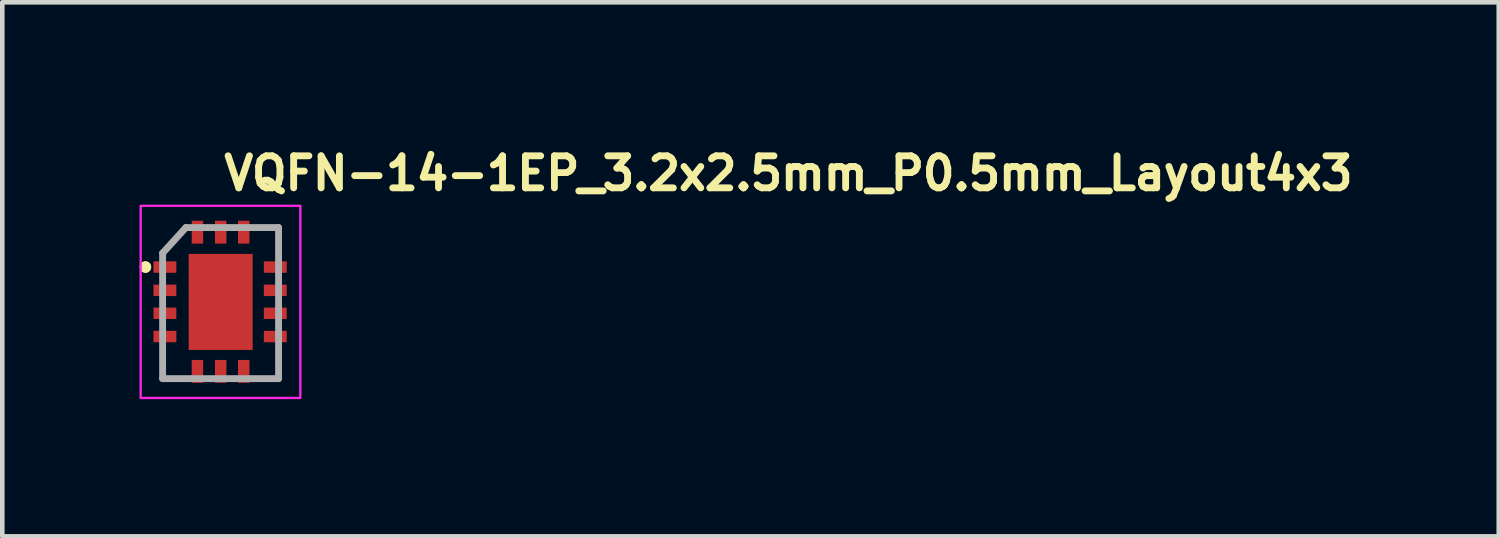
<source format=kicad_pcb>
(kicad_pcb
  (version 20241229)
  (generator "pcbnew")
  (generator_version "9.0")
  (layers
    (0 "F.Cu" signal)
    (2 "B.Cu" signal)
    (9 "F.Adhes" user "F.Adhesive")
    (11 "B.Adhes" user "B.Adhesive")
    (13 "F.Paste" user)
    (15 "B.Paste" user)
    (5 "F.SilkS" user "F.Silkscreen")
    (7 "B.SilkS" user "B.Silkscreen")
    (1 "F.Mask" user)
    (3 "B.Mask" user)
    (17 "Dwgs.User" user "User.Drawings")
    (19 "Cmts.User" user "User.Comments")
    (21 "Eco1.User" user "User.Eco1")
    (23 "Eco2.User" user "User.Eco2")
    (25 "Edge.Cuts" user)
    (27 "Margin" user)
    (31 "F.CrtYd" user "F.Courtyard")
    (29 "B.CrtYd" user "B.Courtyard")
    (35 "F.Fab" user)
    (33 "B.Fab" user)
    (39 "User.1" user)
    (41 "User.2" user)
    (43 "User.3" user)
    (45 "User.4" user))
  (footprint "VQFN-14-1EP_3.2x2.5mm_P0.5mm_Layout4x3"
    (layer "F.Cu")
    (at 1.771 3.55)
    (property "Reference" "VQFN-14-1EP_3.2x2.5mm_P0.5mm_Layout4x3" (at 0 -2.4 0) (unlocked yes) (layer "F.SilkS") (effects (font (size 0.7 0.7) (thickness 0.15)) (justify left bottom)))
    (attr smd)
    (fp_circle (center -1.641 -0.762) (end -1.591 -0.762) (stroke (width 0.15) (type solid)) (fill yes) (layer "F.SilkS"))
    (fp_circle (center -1.641 -0.762) (end -1.591 -0.762) (stroke (width 0.15) (type solid)) (fill yes) (layer "F.SilkS"))
    (fp_rect (start -1.746 -2.101) (end 1.745 2.1) (stroke (width 0.05) (type solid)) (fill no) (layer "F.CrtYd"))
    (fp_line (start -1.266 -1.067) (end -0.758 -1.625) (stroke (width 0.15) (type solid)) (layer "F.Fab"))
    (fp_line (start -1.266 1.677) (end -1.266 -1.067) (stroke (width 0.15) (type solid)) (layer "F.Fab"))
    (fp_line (start -1.266 1.677) (end 1.269 1.677) (stroke (width 0.15) (type solid)) (layer "F.Fab"))
    (fp_line (start 1.269 -1.625) (end -0.758 -1.625) (stroke (width 0.15) (type solid)) (layer "F.Fab"))
    (fp_line (start 1.269 1.677) (end 1.269 -1.625) (stroke (width 0.15) (type solid)) (layer "F.Fab"))
    (fp_rect (start -1.246 -1.601) (end 1.245 1.6) (stroke (width 0.1) (type solid)) (fill no) (layer "User.5"))
    (fp_line (start -1.246 -1.601) (end -1.246 1.6) (stroke (width 0.02) (type solid)) (layer "User.9"))
    (fp_line (start -1.246 1.6) (end 1.245 1.6) (stroke (width 0.02) (type solid)) (layer "User.9"))
    (fp_line (start -1.077 -0.776) (end -1.077 -0.772) (stroke (width 0.02) (type solid)) (layer "User.9"))
    (fp_line (start -1.077 -0.772) (end -1.077 -0.767) (stroke (width 0.02) (type solid)) (layer "User.9"))
    (fp_line (start -1.077 -0.767) (end -1.077 -0.762) (stroke (width 0.02) (type solid)) (layer "User.9"))
    (fp_line (start -1.077 -0.762) (end -1.077 -0.762) (stroke (width 0.02) (type solid)) (layer "User.9"))
    (fp_line (start -1.077 -0.762) (end -1.077 -0.758) (stroke (width 0.02) (type solid)) (layer "User.9"))
    (fp_line (start -1.077 -0.758) (end -1.077 -0.754) (stroke (width 0.02) (type solid)) (layer "User.9"))
    (fp_line (start -1.077 -0.754) (end -1.077 -0.75) (stroke (width 0.02) (type solid)) (layer "User.9"))
    (fp_line (start -1.077 -0.75) (end -1.075 -0.746) (stroke (width 0.02) (type solid)) (layer "User.9"))
    (fp_line (start -1.075 -0.783) (end -1.075 -0.78) (stroke (width 0.02) (type solid)) (layer "User.9"))
    (fp_line (start -1.075 -0.78) (end -1.077 -0.776) (stroke (width 0.02) (type solid)) (layer "User.9"))
    (fp_line (start -1.075 -0.746) (end -1.075 -0.743) (stroke (width 0.02) (type solid)) (layer "User.9"))
    (fp_line (start -1.075 -0.743) (end -1.073 -0.739) (stroke (width 0.02) (type solid)) (layer "User.9"))
    (fp_line (start -1.073 -0.791) (end -1.073 -0.787) (stroke (width 0.02) (type solid)) (layer "User.9"))
    (fp_line (start -1.073 -0.787) (end -1.075 -0.783) (stroke (width 0.02) (type solid)) (layer "User.9"))
    (fp_line (start -1.073 -0.739) (end -1.073 -0.735) (stroke (width 0.02) (type solid)) (layer "User.9"))
    (fp_line (start -1.073 -0.735) (end -1.071 -0.731) (stroke (width 0.02) (type solid)) (layer "User.9"))
    (fp_line (start -1.071 -0.795) (end -1.073 -0.791) (stroke (width 0.02) (type solid)) (layer "User.9"))
    (fp_line (start -1.071 -0.731) (end -1.069 -0.728) (stroke (width 0.02) (type solid)) (layer "User.9"))
    (fp_line (start -1.069 -0.798) (end -1.071 -0.795) (stroke (width 0.02) (type solid)) (layer "User.9"))
    (fp_line (start -1.069 -0.728) (end -1.067 -0.724) (stroke (width 0.02) (type solid)) (layer "User.9"))
    (fp_line (start -1.067 -0.802) (end -1.069 -0.798) (stroke (width 0.02) (type solid)) (layer "User.9"))
    (fp_line (start -1.067 -0.724) (end -1.065 -0.721) (stroke (width 0.02) (type solid)) (layer "User.9"))
    (fp_line (start -1.065 -0.805) (end -1.067 -0.802) (stroke (width 0.02) (type solid)) (layer "User.9"))
    (fp_line (start -1.065 -0.721) (end -1.063 -0.718) (stroke (width 0.02) (type solid)) (layer "User.9"))
    (fp_line (start -1.063 -0.808) (end -1.065 -0.805) (stroke (width 0.02) (type solid)) (layer "User.9"))
    (fp_line (start -1.063 -0.718) (end -1.061 -0.715) (stroke (width 0.02) (type solid)) (layer "User.9"))
    (fp_line (start -1.061 -0.811) (end -1.063 -0.808) (stroke (width 0.02) (type solid)) (layer "User.9"))
    (fp_line (start -1.061 -0.715) (end -1.059 -0.712) (stroke (width 0.02) (type solid)) (layer "User.9"))
    (fp_line (start -1.059 -0.814) (end -1.061 -0.811) (stroke (width 0.02) (type solid)) (layer "User.9"))
    (fp_line (start -1.059 -0.712) (end -1.057 -0.709) (stroke (width 0.02) (type solid)) (layer "User.9"))
    (fp_line (start -1.057 -0.817) (end -1.059 -0.814) (stroke (width 0.02) (type solid)) (layer "User.9"))
    (fp_line (start -1.057 -0.709) (end -1.053 -0.706) (stroke (width 0.02) (type solid)) (layer "User.9"))
    (fp_line (start -1.053 -0.82) (end -1.057 -0.817) (stroke (width 0.02) (type solid)) (layer "User.9"))
    (fp_line (start -1.053 -0.706) (end -1.051 -0.704) (stroke (width 0.02) (type solid)) (layer "User.9"))
    (fp_line (start -1.051 -0.823) (end -1.053 -0.82) (stroke (width 0.02) (type solid)) (layer "User.9"))
    (fp_line (start -1.051 -0.704) (end -1.047 -0.702) (stroke (width 0.02) (type solid)) (layer "User.9"))
    (fp_line (start -1.047 -0.825) (end -1.051 -0.823) (stroke (width 0.02) (type solid)) (layer "User.9"))
    (fp_line (start -1.047 -0.702) (end -1.045 -0.699) (stroke (width 0.02) (type solid)) (layer "User.9"))
    (fp_line (start -1.045 -0.828) (end -1.047 -0.825) (stroke (width 0.02) (type solid)) (layer "User.9"))
    (fp_line (start -1.045 -0.699) (end -1.041 -0.697) (stroke (width 0.02) (type solid)) (layer "User.9"))
    (fp_line (start -1.041 -0.83) (end -1.045 -0.828) (stroke (width 0.02) (type solid)) (layer "User.9"))
    (fp_line (start -1.041 -0.697) (end -1.039 -0.695) (stroke (width 0.02) (type solid)) (layer "User.9"))
    (fp_line (start -1.039 -0.832) (end -1.041 -0.83) (stroke (width 0.02) (type solid)) (layer "User.9"))
    (fp_line (start -1.039 -0.695) (end -1.035 -0.693) (stroke (width 0.02) (type solid)) (layer "User.9"))
    (fp_line (start -1.035 -0.833) (end -1.039 -0.832) (stroke (width 0.02) (type solid)) (layer "User.9"))
    (fp_line (start -1.035 -0.693) (end -1.031 -0.691) (stroke (width 0.02) (type solid)) (layer "User.9"))
    (fp_line (start -1.031 -0.835) (end -1.035 -0.833) (stroke (width 0.02) (type solid)) (layer "User.9"))
    (fp_line (start -1.031 -0.691) (end -1.029 -0.69) (stroke (width 0.02) (type solid)) (layer "User.9"))
    (fp_line (start -1.029 -0.836) (end -1.031 -0.835) (stroke (width 0.02) (type solid)) (layer "User.9"))
    (fp_line (start -1.029 -0.69) (end -1.024 -0.688) (stroke (width 0.02) (type solid)) (layer "User.9"))
    (fp_line (start -1.024 -0.838) (end -1.029 -0.836) (stroke (width 0.02) (type solid)) (layer "User.9"))
    (fp_line (start -1.024 -0.688) (end -1.02 -0.687) (stroke (width 0.02) (type solid)) (layer "User.9"))
    (fp_line (start -1.02 -0.839) (end -1.024 -0.838) (stroke (width 0.02) (type solid)) (layer "User.9"))
    (fp_line (start -1.02 -0.687) (end -1.016 -0.686) (stroke (width 0.02) (type solid)) (layer "User.9"))
    (fp_line (start -1.016 -0.84) (end -1.02 -0.839) (stroke (width 0.02) (type solid)) (layer "User.9"))
    (fp_line (start -1.016 -0.686) (end -1.014 -0.685) (stroke (width 0.02) (type solid)) (layer "User.9"))
    (fp_line (start -1.014 -0.841) (end -1.016 -0.84) (stroke (width 0.02) (type solid)) (layer "User.9"))
    (fp_line (start -1.014 -0.685) (end -1.01 -0.684) (stroke (width 0.02) (type solid)) (layer "User.9"))
    (fp_line (start -1.01 -0.842) (end -1.014 -0.841) (stroke (width 0.02) (type solid)) (layer "User.9"))
    (fp_line (start -1.01 -0.684) (end -1.006 -0.684) (stroke (width 0.02) (type solid)) (layer "User.9"))
    (fp_line (start -1.006 -0.842) (end -1.01 -0.842) (stroke (width 0.02) (type solid)) (layer "User.9"))
    (fp_line (start -1.006 -0.684) (end -1.002 -0.684) (stroke (width 0.02) (type solid)) (layer "User.9"))
    (fp_line (start -1.002 -0.842) (end -1.006 -0.842) (stroke (width 0.02) (type solid)) (layer "User.9"))
    (fp_line (start -1.002 -0.684) (end -0.996 -0.683) (stroke (width 0.02) (type solid)) (layer "User.9"))
    (fp_line (start -0.996 -0.843) (end -1.002 -0.842) (stroke (width 0.02) (type solid)) (layer "User.9"))
    (fp_line (start -0.996 -0.843) (end -0.996 -0.843) (stroke (width 0.02) (type solid)) (layer "User.9"))
    (fp_line (start -0.996 -0.683) (end -0.996 -0.683) (stroke (width 0.02) (type solid)) (layer "User.9"))
    (fp_line (start -0.996 -0.683) (end -0.992 -0.684) (stroke (width 0.02) (type solid)) (layer "User.9"))
    (fp_line (start -0.992 -0.842) (end -0.996 -0.843) (stroke (width 0.02) (type solid)) (layer "User.9"))
    (fp_line (start -0.992 -0.684) (end -0.988 -0.684) (stroke (width 0.02) (type solid)) (layer "User.9"))
    (fp_line (start -0.988 -0.842) (end -0.992 -0.842) (stroke (width 0.02) (type solid)) (layer "User.9"))
    (fp_line (start -0.988 -0.684) (end -0.984 -0.684) (stroke (width 0.02) (type solid)) (layer "User.9"))
    (fp_line (start -0.984 -0.842) (end -0.988 -0.842) (stroke (width 0.02) (type solid)) (layer "User.9"))
    (fp_line (start -0.984 -0.684) (end -0.98 -0.685) (stroke (width 0.02) (type solid)) (layer "User.9"))
    (fp_line (start -0.98 -0.841) (end -0.984 -0.842) (stroke (width 0.02) (type solid)) (layer "User.9"))
    (fp_line (start -0.98 -0.685) (end -0.977 -0.686) (stroke (width 0.02) (type solid)) (layer "User.9"))
    (fp_line (start -0.977 -0.84) (end -0.98 -0.841) (stroke (width 0.02) (type solid)) (layer "User.9"))
    (fp_line (start -0.977 -0.686) (end -0.973 -0.687) (stroke (width 0.02) (type solid)) (layer "User.9"))
    (fp_line (start -0.973 -0.839) (end -0.977 -0.84) (stroke (width 0.02) (type solid)) (layer "User.9"))
    (fp_line (start -0.973 -0.687) (end -0.969 -0.688) (stroke (width 0.02) (type solid)) (layer "User.9"))
    (fp_line (start -0.969 -0.838) (end -0.973 -0.839) (stroke (width 0.02) (type solid)) (layer "User.9"))
    (fp_line (start -0.969 -0.688) (end -0.965 -0.69) (stroke (width 0.02) (type solid)) (layer "User.9"))
    (fp_line (start -0.965 -0.836) (end -0.969 -0.838) (stroke (width 0.02) (type solid)) (layer "User.9"))
    (fp_line (start -0.965 -0.69) (end -0.962 -0.691) (stroke (width 0.02) (type solid)) (layer "User.9"))
    (fp_line (start -0.962 -0.835) (end -0.965 -0.836) (stroke (width 0.02) (type solid)) (layer "User.9"))
    (fp_line (start -0.962 -0.691) (end -0.959 -0.693) (stroke (width 0.02) (type solid)) (layer "User.9"))
    (fp_line (start -0.959 -0.833) (end -0.962 -0.835) (stroke (width 0.02) (type solid)) (layer "User.9"))
    (fp_line (start -0.959 -0.693) (end -0.956 -0.695) (stroke (width 0.02) (type solid)) (layer "User.9"))
    (fp_line (start -0.956 -0.832) (end -0.959 -0.833) (stroke (width 0.02) (type solid)) (layer "User.9"))
    (fp_line (start -0.956 -0.695) (end -0.953 -0.697) (stroke (width 0.02) (type solid)) (layer "User.9"))
    (fp_line (start -0.953 -0.83) (end -0.956 -0.832) (stroke (width 0.02) (type solid)) (layer "User.9"))
    (fp_line (start -0.953 -0.697) (end -0.95 -0.699) (stroke (width 0.02) (type solid)) (layer "User.9"))
    (fp_line (start -0.95 -0.828) (end -0.953 -0.83) (stroke (width 0.02) (type solid)) (layer "User.9"))
    (fp_line (start -0.95 -0.699) (end -0.947 -0.702) (stroke (width 0.02) (type solid)) (layer "User.9"))
    (fp_line (start -0.947 -0.825) (end -0.95 -0.828) (stroke (width 0.02) (type solid)) (layer "User.9"))
    (fp_line (start -0.947 -0.702) (end -0.944 -0.704) (stroke (width 0.02) (type solid)) (layer "User.9"))
    (fp_line (start -0.944 -0.823) (end -0.947 -0.825) (stroke (width 0.02) (type solid)) (layer "User.9"))
    (fp_line (start -0.944 -0.704) (end -0.941 -0.706) (stroke (width 0.02) (type solid)) (layer "User.9"))
    (fp_line (start -0.941 -0.82) (end -0.944 -0.823) (stroke (width 0.02) (type solid)) (layer "User.9"))
    (fp_line (start -0.941 -0.706) (end -0.938 -0.709) (stroke (width 0.02) (type solid)) (layer "User.9"))
    (fp_line (start -0.938 -0.817) (end -0.941 -0.82) (stroke (width 0.02) (type solid)) (layer "User.9"))
    (fp_line (start -0.938 -0.709) (end -0.936 -0.712) (stroke (width 0.02) (type solid)) (layer "User.9"))
    (fp_line (start -0.936 -0.814) (end -0.938 -0.817) (stroke (width 0.02) (type solid)) (layer "User.9"))
    (fp_line (start -0.936 -0.712) (end -0.933 -0.715) (stroke (width 0.02) (type solid)) (layer "User.9"))
    (fp_line (start -0.933 -0.811) (end -0.936 -0.814) (stroke (width 0.02) (type solid)) (layer "User.9"))
    (fp_line (start -0.933 -0.715) (end -0.931 -0.718) (stroke (width 0.02) (type solid)) (layer "User.9"))
    (fp_line (start -0.931 -0.808) (end -0.933 -0.811) (stroke (width 0.02) (type solid)) (layer "User.9"))
    (fp_line (start -0.931 -0.718) (end -0.929 -0.721) (stroke (width 0.02) (type solid)) (layer "User.9"))
    (fp_line (start -0.929 -0.805) (end -0.931 -0.808) (stroke (width 0.02) (type solid)) (layer "User.9"))
    (fp_line (start -0.929 -0.721) (end -0.927 -0.724) (stroke (width 0.02) (type solid)) (layer "User.9"))
    (fp_line (start -0.927 -0.802) (end -0.929 -0.805) (stroke (width 0.02) (type solid)) (layer "User.9"))
    (fp_line (start -0.927 -0.724) (end -0.925 -0.728) (stroke (width 0.02) (type solid)) (layer "User.9"))
    (fp_line (start -0.925 -0.798) (end -0.927 -0.802) (stroke (width 0.02) (type solid)) (layer "User.9"))
    (fp_line (start -0.925 -0.728) (end -0.924 -0.731) (stroke (width 0.02) (type solid)) (layer "User.9"))
    (fp_line (start -0.924 -0.795) (end -0.925 -0.798) (stroke (width 0.02) (type solid)) (layer "User.9"))
    (fp_line (start -0.924 -0.731) (end -0.922 -0.735) (stroke (width 0.02) (type solid)) (layer "User.9"))
    (fp_line (start -0.922 -0.791) (end -0.924 -0.795) (stroke (width 0.02) (type solid)) (layer "User.9"))
    (fp_line (start -0.922 -0.735) (end -0.921 -0.739) (stroke (width 0.02) (type solid)) (layer "User.9"))
    (fp_line (start -0.921 -0.787) (end -0.922 -0.791) (stroke (width 0.02) (type solid)) (layer "User.9"))
    (fp_line (start -0.921 -0.739) (end -0.92 -0.743) (stroke (width 0.02) (type solid)) (layer "User.9"))
    (fp_line (start -0.92 -0.783) (end -0.921 -0.787) (stroke (width 0.02) (type solid)) (layer "User.9"))
    (fp_line (start -0.92 -0.743) (end -0.919 -0.746) (stroke (width 0.02) (type solid)) (layer "User.9"))
    (fp_line (start -0.919 -0.78) (end -0.92 -0.783) (stroke (width 0.02) (type solid)) (layer "User.9"))
    (fp_line (start -0.919 -0.746) (end -0.918 -0.75) (stroke (width 0.02) (type solid)) (layer "User.9"))
    (fp_line (start -0.918 -0.776) (end -0.919 -0.78) (stroke (width 0.02) (type solid)) (layer "User.9"))
    (fp_line (start -0.918 -0.772) (end -0.918 -0.776) (stroke (width 0.02) (type solid)) (layer "User.9"))
    (fp_line (start -0.918 -0.767) (end -0.918 -0.772) (stroke (width 0.02) (type solid)) (layer "User.9"))
    (fp_line (start -0.918 -0.758) (end -0.917 -0.762) (stroke (width 0.02) (type solid)) (layer "User.9"))
    (fp_line (start -0.918 -0.754) (end -0.918 -0.758) (stroke (width 0.02) (type solid)) (layer "User.9"))
    (fp_line (start -0.918 -0.75) (end -0.918 -0.754) (stroke (width 0.02) (type solid)) (layer "User.9"))
    (fp_line (start -0.917 -0.762) (end -0.918 -0.767) (stroke (width 0.02) (type solid)) (layer "User.9"))
    (fp_line (start -0.917 -0.762) (end -0.917 -0.762) (stroke (width 0.02) (type solid)) (layer "User.9"))
    (fp_line (start -0.917 -0.762) (end -0.917 -0.762) (stroke (width 0.02) (type solid)) (layer "User.9"))
    (fp_line (start 1.245 -1.601) (end -1.246 -1.601) (stroke (width 0.02) (type solid)) (layer "User.9"))
    (fp_line (start 1.245 1.6) (end 1.245 -1.601) (stroke (width 0.02) (type solid)) (layer "User.9"))
    (pad "1" smd rect (at -1.216 -0.762 90) (size 0.25 0.5) (layers "F.Cu" "F.Mask" "F.Paste"))
    (pad "2" smd rect (at -1.216 -0.253 90) (size 0.25 0.5) (layers "F.Cu" "F.Mask" "F.Paste"))
    (pad "3" smd rect (at -1.216 0.249 90) (size 0.25 0.5) (layers "F.Cu" "F.Mask" "F.Paste"))
    (pad "4" smd rect (at -1.216 0.757 90) (size 0.25 0.5) (layers "F.Cu" "F.Mask" "F.Paste"))
    (pad "5" smd rect (at -0.505 1.519) (size 0.25 0.5) (layers "F.Cu" "F.Mask" "F.Paste"))
    (pad "6" smd rect (at 0.003 1.519) (size 0.25 0.5) (layers "F.Cu" "F.Mask" "F.Paste"))
    (pad "7" smd rect (at 0.507 1.519) (size 0.25 0.5) (layers "F.Cu" "F.Mask" "F.Paste"))
    (pad "8" smd rect (at 1.197 0.757 270) (size 0.25 0.5) (layers "F.Cu" "F.Mask" "F.Paste"))
    (pad "9" smd rect (at 1.197 0.249 270) (size 0.25 0.5) (layers "F.Cu" "F.Mask" "F.Paste"))
    (pad "10" smd rect (at 1.197 -0.253 270) (size 0.25 0.5) (layers "F.Cu" "F.Mask" "F.Paste"))
    (pad "11" smd rect (at 1.197 -0.762 270) (size 0.25 0.5) (layers "F.Cu" "F.Mask" "F.Paste"))
    (pad "12" smd rect (at 0.507 -1.524 180) (size 0.25 0.5) (layers "F.Cu" "F.Mask" "F.Paste"))
    (pad "13" smd rect (at 0.003 -1.524 180) (size 0.25 0.5) (layers "F.Cu" "F.Mask" "F.Paste"))
    (pad "14" smd rect (at -0.505 -1.524 180) (size 0.25 0.5) (layers "F.Cu" "F.Mask" "F.Paste"))
    (pad "15" smd rect (at 0.003 0 90) (size 2.1 1.4) (layers "F.Cu" "F.Mask" "F.Paste")))
  (gr_rect
    (start -3 -3)
    (end 29.714 8.675)
    (stroke (width 0.1) (type default))
    (fill no)
    (layer "Edge.Cuts")))
</source>
